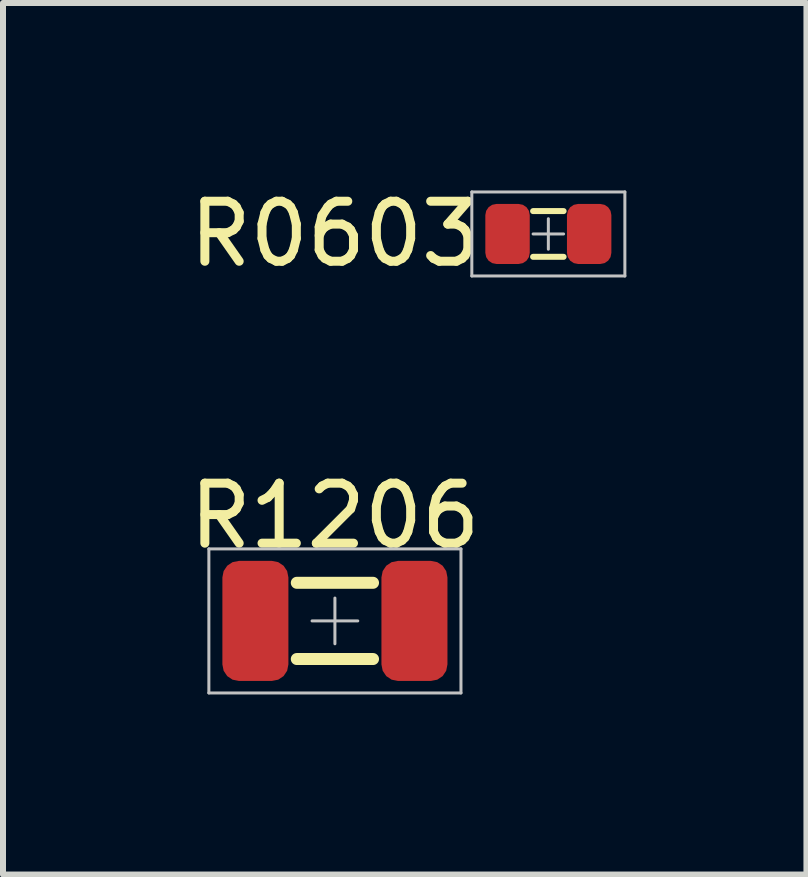
<source format=kicad_pcb>
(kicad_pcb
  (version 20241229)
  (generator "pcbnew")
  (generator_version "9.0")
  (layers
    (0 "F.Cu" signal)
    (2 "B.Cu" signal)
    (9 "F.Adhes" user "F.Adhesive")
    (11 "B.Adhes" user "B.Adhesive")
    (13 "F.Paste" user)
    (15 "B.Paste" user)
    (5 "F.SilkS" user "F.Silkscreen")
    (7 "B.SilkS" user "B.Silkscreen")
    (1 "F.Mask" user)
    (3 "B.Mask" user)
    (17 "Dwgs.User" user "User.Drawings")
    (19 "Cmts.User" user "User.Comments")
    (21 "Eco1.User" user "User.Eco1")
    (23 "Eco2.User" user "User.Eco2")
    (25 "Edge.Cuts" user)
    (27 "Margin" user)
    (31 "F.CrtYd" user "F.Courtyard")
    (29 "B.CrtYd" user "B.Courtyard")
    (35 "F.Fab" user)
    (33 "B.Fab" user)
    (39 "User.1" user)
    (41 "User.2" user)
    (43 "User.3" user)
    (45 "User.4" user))
  (footprint "R0603"
    (layer "F.Cu")
    (at 6.086 0.848)
    (property "Reference" "R0603" (at -3.556 0 0) (layer "F.SilkS") (effects (font (size 1 1) (thickness 0.15))))
    (attr through_hole)
    (fp_line (start -0.254 -0.381) (end 0.254 -0.381) (stroke (width 0.1) (type solid)) (layer "F.SilkS"))
    (fp_line (start -0.254 0.381) (end 0.254 0.381) (stroke (width 0.1) (type solid)) (layer "F.SilkS"))
    (fp_line (start -1.275 -0.7) (end -1.275 0.7) (stroke (width 0.05) (type solid)) (layer "Dwgs.User"))
    (fp_line (start -1.275 0.7) (end 1.275 0.7) (stroke (width 0.05) (type solid)) (layer "Dwgs.User"))
    (fp_line (start 0 -0.254) (end 0 0.254) (stroke (width 0.05) (type solid)) (layer "Dwgs.User"))
    (fp_line (start 0.254 0) (end -0.254 0) (stroke (width 0.05) (type solid)) (layer "Dwgs.User"))
    (fp_line (start 1.275 -0.7) (end -1.275 -0.7) (stroke (width 0.05) (type solid)) (layer "Dwgs.User"))
    (fp_line (start 1.275 0.7) (end 1.275 -0.7) (stroke (width 0.05) (type solid)) (layer "Dwgs.User"))
    (fp_line (start -0.8 -0.4) (end 0.8 -0.4) (stroke (width 0.05) (type solid)) (layer "Eco1.User"))
    (fp_line (start -0.8 0.4) (end -0.8 -0.4) (stroke (width 0.05) (type solid)) (layer "Eco1.User"))
    (fp_line (start 0.8 -0.4) (end 0.8 0.4) (stroke (width 0.05) (type solid)) (layer "Eco1.User"))
    (fp_line (start 0.8 0.4) (end -0.8 0.4) (stroke (width 0.05) (type solid)) (layer "Eco1.User"))
    (pad "1" smd roundrect (at -0.68 0) (size 0.74 1) (layers "F.Cu" "F.Mask" "F.Paste") (roundrect_rratio 0.25))
    (pad "2" smd roundrect (at 0.68 0) (size 0.74 1) (layers "F.Cu" "F.Mask" "F.Paste") (roundrect_rratio 0.25)))
  (footprint "R1206"
    (layer "F.Cu")
    (at 2.53 7.295)
    (property "Reference" "R1206" (at 0 -1.75 0) (layer "F.SilkS") (effects (font (size 1 1) (thickness 0.15))))
    (attr through_hole)
    (fp_line (start -0.635 -0.635) (end 0.635 -0.635) (stroke (width 0.2) (type solid)) (layer "F.SilkS"))
    (fp_line (start 0.635 0.635) (end -0.635 0.635) (stroke (width 0.2) (type solid)) (layer "F.SilkS"))
    (fp_line (start -2.1 -1.2) (end 2.1 -1.2) (stroke (width 0.05) (type solid)) (layer "Dwgs.User"))
    (fp_line (start -2.1 1.2) (end -2.1 -1.2) (stroke (width 0.05) (type solid)) (layer "Dwgs.User"))
    (fp_line (start 0 -0.381) (end 0 0.381) (stroke (width 0.05) (type solid)) (layer "Dwgs.User"))
    (fp_line (start 0.381 0) (end -0.381 0) (stroke (width 0.05) (type solid)) (layer "Dwgs.User"))
    (fp_line (start 2.1 -1.2) (end 2.1 1.2) (stroke (width 0.05) (type solid)) (layer "Dwgs.User"))
    (fp_line (start 2.1 1.2) (end -2.1 1.2) (stroke (width 0.05) (type solid)) (layer "Dwgs.User"))
    (fp_line (start -1.675 -0.875) (end 1.675 -0.875) (stroke (width 0.05) (type solid)) (layer "Eco1.User"))
    (fp_line (start -1.675 0.875) (end -1.675 -0.875) (stroke (width 0.05) (type solid)) (layer "Eco1.User"))
    (fp_line (start 1.675 -0.875) (end 1.675 0.875) (stroke (width 0.05) (type solid)) (layer "Eco1.User"))
    (fp_line (start 1.675 0.875) (end -1.675 0.875) (stroke (width 0.05) (type solid)) (layer "Eco1.User"))
    (pad "1" smd roundrect (at -1.325 0) (size 1.1 2) (layers "F.Cu" "F.Mask" "F.Paste") (roundrect_rratio 0.25))
    (pad "2" smd roundrect (at 1.325 0) (size 1.1 2) (layers "F.Cu" "F.Mask" "F.Paste") (roundrect_rratio 0.25)))
  (gr_rect
    (start -3 -3)
    (end 10.386 11.52)
    (stroke (width 0.1) (type default))
    (fill no)
    (layer "Edge.Cuts")))
</source>
